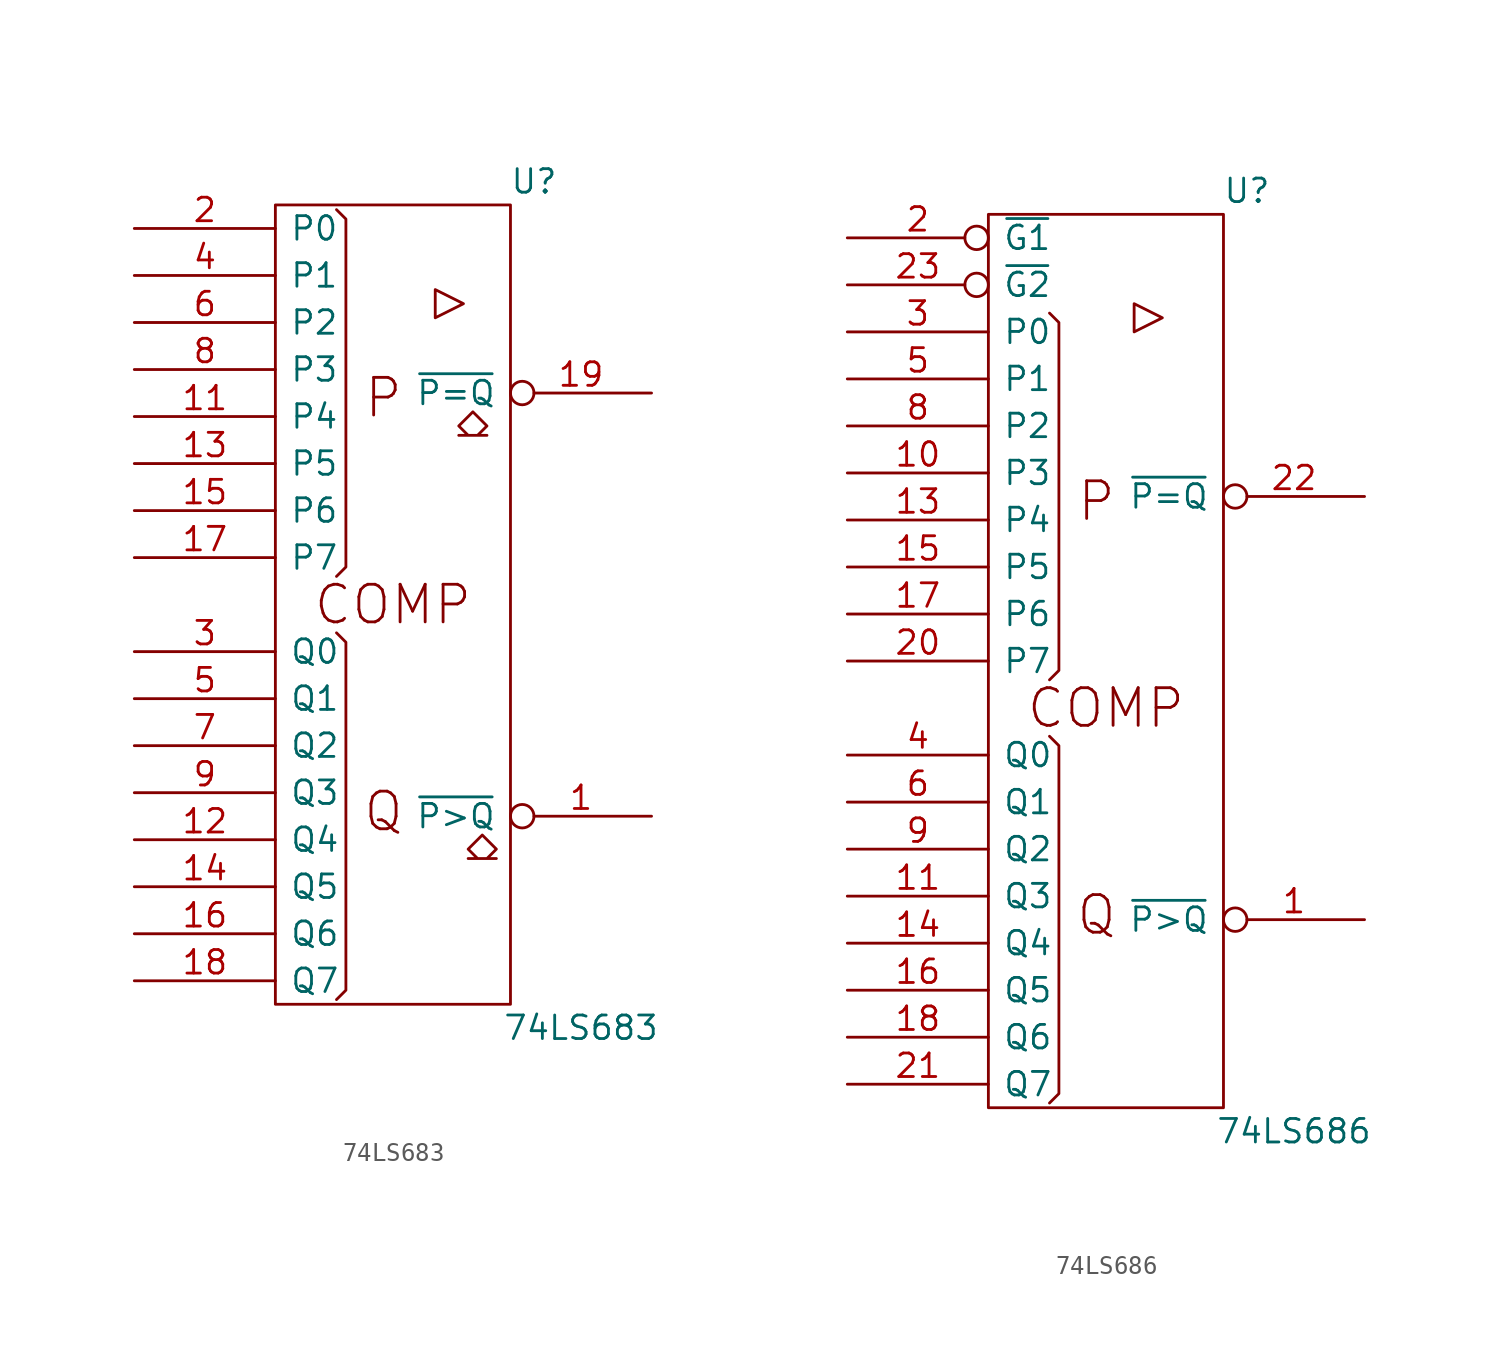
<source format=kicad_sym>
(kicad_symbol_lib
  (version 20201005)
  (generator kicad_symbol_editor)
  (symbol "74xx_IEEE:74LS683"
    (pin_names
      (offset 0.762))
    (property "Reference" "U"
      (at 7.62 22.86 0)
      (effects (font (size 1.27 1.27))))
    (property "Value" "74LS683"
      (at 10.16 -22.86 0)
      (effects (font (size 1.27 1.27))))
    (symbol "74LS683_0_0"
      (text "COMP" (at 0 0 0) (effects (font (size 2.032 2.032))))
      (text "P" (at -0.508 11.176 0) (effects (font (size 2.032 2.032))))
      (text "Q" (at -0.508 -11.176 0) (effects (font (size 2.032 2.032))))
      (polyline (pts (xy 2.286 17.018) (xy 2.286 15.494) (xy 3.81 16.256) (xy 2.286 17.018) (xy 2.286 17.018)) (stroke (width 0)) (fill (type none)))
      (polyline (pts (xy 4.318 10.414) (xy 5.08 9.652) (xy 4.572 9.144) (xy 5.08 9.144) (xy 3.556 9.144) (xy 4.064 9.144) (xy 3.556 9.652) (xy 4.318 10.414) (xy 4.318 10.414)) (stroke (width 0)) (fill (type none)))
      (polyline (pts (xy 4.826 -12.446) (xy 5.588 -13.208) (xy 5.08 -13.716) (xy 5.588 -13.716) (xy 4.064 -13.716) (xy 4.572 -13.716) (xy 4.064 -13.208) (xy 4.826 -12.446) (xy 4.826 -12.446)) (stroke (width 0)) (fill (type none))))
    (symbol "74LS683_0_1"
      (rectangle (start -6.35 21.59) (end 6.35 -21.59) (stroke (width 0)) (fill (type none)))
      (polyline (pts (xy -3.048 -1.524) (xy -2.54 -2.032) (xy -2.54 -20.828) (xy -3.048 -21.336) (xy -3.048 -21.336)) (stroke (width 0)) (fill (type none)))
      (polyline (pts (xy -3.048 21.336) (xy -2.54 20.828) (xy -2.54 2.032) (xy -3.048 1.524) (xy -3.048 1.524)) (stroke (width 0)) (fill (type none))))
    (symbol "74LS683_1_1"
      (pin output inverted (at 13.97 -11.43 180) (length 7.62) (name "~P>Q" (effects (font (size 1.27 1.27)))) (number "1" (effects (font (size 1.27 1.27)))))
      (pin power_in line (at 0 -21.59 90) (length 0) hide (name "Gnd" (effects (font (size 1.27 1.27)))) (number "10" (effects (font (size 1.27 1.27)))))
      (pin input line (at -13.97 10.16 0) (length 7.62) (name "P4" (effects (font (size 1.27 1.27)))) (number "11" (effects (font (size 1.27 1.27)))))
      (pin input line (at -13.97 -12.7 0) (length 7.62) (name "Q4" (effects (font (size 1.27 1.27)))) (number "12" (effects (font (size 1.27 1.27)))))
      (pin input line (at -13.97 7.62 0) (length 7.62) (name "P5" (effects (font (size 1.27 1.27)))) (number "13" (effects (font (size 1.27 1.27)))))
      (pin input line (at -13.97 -15.24 0) (length 7.62) (name "Q5" (effects (font (size 1.27 1.27)))) (number "14" (effects (font (size 1.27 1.27)))))
      (pin input line (at -13.97 5.08 0) (length 7.62) (name "P6" (effects (font (size 1.27 1.27)))) (number "15" (effects (font (size 1.27 1.27)))))
      (pin input line (at -13.97 -17.78 0) (length 7.62) (name "Q6" (effects (font (size 1.27 1.27)))) (number "16" (effects (font (size 1.27 1.27)))))
      (pin input line (at -13.97 2.54 0) (length 7.62) (name "P7" (effects (font (size 1.27 1.27)))) (number "17" (effects (font (size 1.27 1.27)))))
      (pin input line (at -13.97 -20.32 0) (length 7.62) (name "Q7" (effects (font (size 1.27 1.27)))) (number "18" (effects (font (size 1.27 1.27)))))
      (pin output inverted (at 13.97 11.43 180) (length 7.62) (name "~P=Q" (effects (font (size 1.27 1.27)))) (number "19" (effects (font (size 1.27 1.27)))))
      (pin input line (at -13.97 20.32 0) (length 7.62) (name "P0" (effects (font (size 1.27 1.27)))) (number "2" (effects (font (size 1.27 1.27)))))
      (pin power_in line (at 0 21.59 270) (length 0) hide (name "Vcc" (effects (font (size 1.27 1.27)))) (number "20" (effects (font (size 1.27 1.27)))))
      (pin input line (at -13.97 -2.54 0) (length 7.62) (name "Q0" (effects (font (size 1.27 1.27)))) (number "3" (effects (font (size 1.27 1.27)))))
      (pin input line (at -13.97 17.78 0) (length 7.62) (name "P1" (effects (font (size 1.27 1.27)))) (number "4" (effects (font (size 1.27 1.27)))))
      (pin input line (at -13.97 -5.08 0) (length 7.62) (name "Q1" (effects (font (size 1.27 1.27)))) (number "5" (effects (font (size 1.27 1.27)))))
      (pin input line (at -13.97 15.24 0) (length 7.62) (name "P2" (effects (font (size 1.27 1.27)))) (number "6" (effects (font (size 1.27 1.27)))))
      (pin input line (at -13.97 -7.62 0) (length 7.62) (name "Q2" (effects (font (size 1.27 1.27)))) (number "7" (effects (font (size 1.27 1.27)))))
      (pin input line (at -13.97 12.7 0) (length 7.62) (name "P3" (effects (font (size 1.27 1.27)))) (number "8" (effects (font (size 1.27 1.27)))))
      (pin input line (at -13.97 -10.16 0) (length 7.62) (name "Q3" (effects (font (size 1.27 1.27)))) (number "9" (effects (font (size 1.27 1.27)))))))
  (symbol "74xx_IEEE:74LS686"
    (pin_names
      (offset 0.762))
    (property "Reference" "U"
      (at 7.62 27.94 0)
      (effects (font (size 1.27 1.27))))
    (property "Value" "74LS686"
      (at 10.16 -22.86 0)
      (effects (font (size 1.27 1.27))))
    (symbol "74LS686_0_0"
      (text "COMP" (at 0 0 0) (effects (font (size 2.032 2.032))))
      (text "P" (at -0.508 11.176 0) (effects (font (size 2.032 2.032))))
      (text "Q" (at -0.508 -11.176 0) (effects (font (size 2.032 2.032))))
      (rectangle (start -6.35 26.67) (end 6.35 -21.59) (stroke (width 0)) (fill (type none)))
      (polyline (pts (xy 1.524 21.844) (xy 1.524 20.32) (xy 3.048 21.082) (xy 1.524 21.844) (xy 1.524 21.844)) (stroke (width 0)) (fill (type none))))
    (symbol "74LS686_0_1"
      (polyline (pts (xy -3.048 -1.524) (xy -2.54 -2.032) (xy -2.54 -20.828) (xy -3.048 -21.336) (xy -3.048 -21.336)) (stroke (width 0)) (fill (type none)))
      (polyline (pts (xy -3.048 21.336) (xy -2.54 20.828) (xy -2.54 2.032) (xy -3.048 1.524) (xy -3.048 1.524)) (stroke (width 0)) (fill (type none))))
    (symbol "74LS686_1_1"
      (pin output inverted (at 13.97 -11.43 180) (length 7.62) (name "~P>Q" (effects (font (size 1.27 1.27)))) (number "1" (effects (font (size 1.27 1.27)))))
      (pin input line (at -13.97 12.7 0) (length 7.62) (name "P3" (effects (font (size 1.27 1.27)))) (number "10" (effects (font (size 1.27 1.27)))))
      (pin input line (at -13.97 -10.16 0) (length 7.62) (name "Q3" (effects (font (size 1.27 1.27)))) (number "11" (effects (font (size 1.27 1.27)))))
      (pin power_in line (at 0 -21.59 90) (length 0) hide (name "Gnd" (effects (font (size 1.27 1.27)))) (number "12" (effects (font (size 1.27 1.27)))))
      (pin input line (at -13.97 10.16 0) (length 7.62) (name "P4" (effects (font (size 1.27 1.27)))) (number "13" (effects (font (size 1.27 1.27)))))
      (pin input line (at -13.97 -12.7 0) (length 7.62) (name "Q4" (effects (font (size 1.27 1.27)))) (number "14" (effects (font (size 1.27 1.27)))))
      (pin input line (at -13.97 7.62 0) (length 7.62) (name "P5" (effects (font (size 1.27 1.27)))) (number "15" (effects (font (size 1.27 1.27)))))
      (pin input line (at -13.97 -15.24 0) (length 7.62) (name "Q5" (effects (font (size 1.27 1.27)))) (number "16" (effects (font (size 1.27 1.27)))))
      (pin input line (at -13.97 5.08 0) (length 7.62) (name "P6" (effects (font (size 1.27 1.27)))) (number "17" (effects (font (size 1.27 1.27)))))
      (pin input line (at -13.97 -17.78 0) (length 7.62) (name "Q6" (effects (font (size 1.27 1.27)))) (number "18" (effects (font (size 1.27 1.27)))))
      (pin input inverted (at -13.97 25.4 0) (length 7.62) (name "~G1" (effects (font (size 1.27 1.27)))) (number "2" (effects (font (size 1.27 1.27)))))
      (pin input line (at -13.97 2.54 0) (length 7.62) (name "P7" (effects (font (size 1.27 1.27)))) (number "20" (effects (font (size 1.27 1.27)))))
      (pin input line (at -13.97 -20.32 0) (length 7.62) (name "Q7" (effects (font (size 1.27 1.27)))) (number "21" (effects (font (size 1.27 1.27)))))
      (pin output inverted (at 13.97 11.43 180) (length 7.62) (name "~P=Q" (effects (font (size 1.27 1.27)))) (number "22" (effects (font (size 1.27 1.27)))))
      (pin input inverted (at -13.97 22.86 0) (length 7.62) (name "~G2" (effects (font (size 1.27 1.27)))) (number "23" (effects (font (size 1.27 1.27)))))
      (pin power_in line (at 0 26.67 270) (length 0) hide (name "Vcc" (effects (font (size 1.27 1.27)))) (number "24" (effects (font (size 1.27 1.27)))))
      (pin input line (at -13.97 20.32 0) (length 7.62) (name "P0" (effects (font (size 1.27 1.27)))) (number "3" (effects (font (size 1.27 1.27)))))
      (pin input line (at -13.97 -2.54 0) (length 7.62) (name "Q0" (effects (font (size 1.27 1.27)))) (number "4" (effects (font (size 1.27 1.27)))))
      (pin input line (at -13.97 17.78 0) (length 7.62) (name "P1" (effects (font (size 1.27 1.27)))) (number "5" (effects (font (size 1.27 1.27)))))
      (pin input line (at -13.97 -5.08 0) (length 7.62) (name "Q1" (effects (font (size 1.27 1.27)))) (number "6" (effects (font (size 1.27 1.27)))))
      (pin input line (at -13.97 15.24 0) (length 7.62) (name "P2" (effects (font (size 1.27 1.27)))) (number "8" (effects (font (size 1.27 1.27)))))
      (pin input line (at -13.97 -7.62 0) (length 7.62) (name "Q2" (effects (font (size 1.27 1.27)))) (number "9" (effects (font (size 1.27 1.27))))))))
</source>
